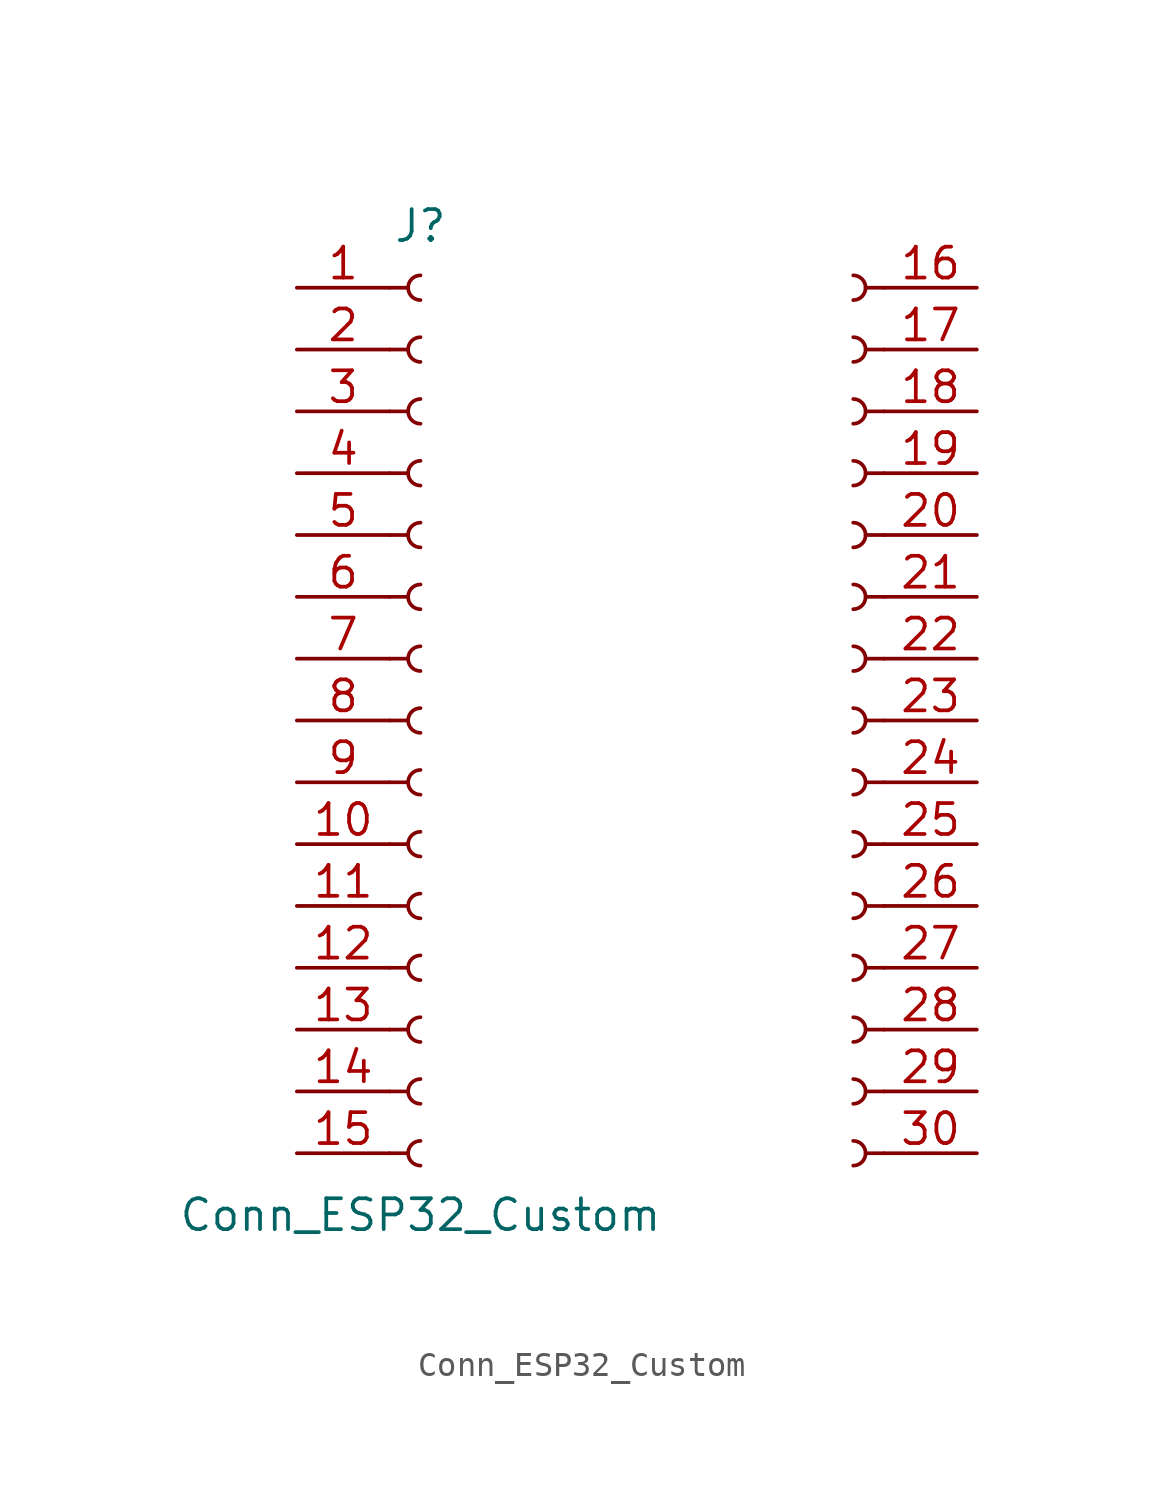
<source format=kicad_sym>
(kicad_symbol_lib
  (version 20241209)
  (generator "kicad_symbol_editor")
  (generator_version "9.0")
  (symbol "Conn_ESP32_Custom"
    (pin_names
      (offset 1.016)
      (hide yes))
    (property "Reference" "J"
      (at -16.51 13.97 0)
      (effects (font (size 1.27 1.27))))
    (property "Value" "Conn_ESP32_Custom"
      (at -16.51 -26.67 0)
      (effects (font (size 1.27 1.27))))
    (property "ki_locked" ""
      (at 0 0 0)
      (effects (font (size 1.27 1.27))))
    (symbol "Conn_ESP32_Custom_1_1"
      (polyline (pts (xy -17.78 11.43) (xy -17.018 11.43)) (stroke (width 0.152) (type default)) (fill (type none)))
      (polyline (pts (xy -17.78 8.89) (xy -17.018 8.89)) (stroke (width 0.152) (type default)) (fill (type none)))
      (polyline (pts (xy -17.78 6.35) (xy -17.018 6.35)) (stroke (width 0.152) (type default)) (fill (type none)))
      (polyline (pts (xy -17.78 3.81) (xy -17.018 3.81)) (stroke (width 0.152) (type default)) (fill (type none)))
      (polyline (pts (xy -17.78 1.27) (xy -17.018 1.27)) (stroke (width 0.152) (type default)) (fill (type none)))
      (polyline (pts (xy -17.78 -1.27) (xy -17.018 -1.27)) (stroke (width 0.152) (type default)) (fill (type none)))
      (polyline (pts (xy -17.78 -3.81) (xy -17.018 -3.81)) (stroke (width 0.152) (type default)) (fill (type none)))
      (polyline (pts (xy -17.78 -6.35) (xy -17.018 -6.35)) (stroke (width 0.152) (type default)) (fill (type none)))
      (polyline (pts (xy -17.78 -8.89) (xy -17.018 -8.89)) (stroke (width 0.152) (type default)) (fill (type none)))
      (polyline (pts (xy -17.78 -11.43) (xy -17.018 -11.43)) (stroke (width 0.152) (type default)) (fill (type none)))
      (polyline (pts (xy -17.78 -13.97) (xy -17.018 -13.97)) (stroke (width 0.152) (type default)) (fill (type none)))
      (polyline (pts (xy -17.78 -16.51) (xy -17.018 -16.51)) (stroke (width 0.152) (type default)) (fill (type none)))
      (polyline (pts (xy -17.78 -19.05) (xy -17.018 -19.05)) (stroke (width 0.152) (type default)) (fill (type none)))
      (polyline (pts (xy -17.78 -21.59) (xy -17.018 -21.59)) (stroke (width 0.152) (type default)) (fill (type none)))
      (polyline (pts (xy -17.78 -24.13) (xy -17.018 -24.13)) (stroke (width 0.152) (type default)) (fill (type none)))
      (arc (start -16.51 10.922) (mid -17.0158 11.43) (end -16.51 11.938) (stroke (width 0.1524) (type default)) (fill (type none)))
      (arc (start -16.51 8.382) (mid -17.0158 8.89) (end -16.51 9.398) (stroke (width 0.1524) (type default)) (fill (type none)))
      (arc (start -16.51 5.842) (mid -17.0158 6.35) (end -16.51 6.858) (stroke (width 0.1524) (type default)) (fill (type none)))
      (arc (start -16.51 3.302) (mid -17.0158 3.81) (end -16.51 4.318) (stroke (width 0.1524) (type default)) (fill (type none)))
      (arc (start -16.51 0.762) (mid -17.0158 1.27) (end -16.51 1.778) (stroke (width 0.1524) (type default)) (fill (type none)))
      (arc (start -16.51 -1.778) (mid -17.0158 -1.27) (end -16.51 -0.762) (stroke (width 0.1524) (type default)) (fill (type none)))
      (arc (start -16.51 -4.318) (mid -17.0158 -3.81) (end -16.51 -3.302) (stroke (width 0.1524) (type default)) (fill (type none)))
      (arc (start -16.51 -6.858) (mid -17.0158 -6.35) (end -16.51 -5.842) (stroke (width 0.1524) (type default)) (fill (type none)))
      (arc (start -16.51 -9.398) (mid -17.0158 -8.89) (end -16.51 -8.382) (stroke (width 0.1524) (type default)) (fill (type none)))
      (arc (start -16.51 -11.938) (mid -17.0158 -11.43) (end -16.51 -10.922) (stroke (width 0.1524) (type default)) (fill (type none)))
      (arc (start -16.51 -14.478) (mid -17.0158 -13.97) (end -16.51 -13.462) (stroke (width 0.1524) (type default)) (fill (type none)))
      (arc (start -16.51 -17.018) (mid -17.0158 -16.51) (end -16.51 -16.002) (stroke (width 0.1524) (type default)) (fill (type none)))
      (arc (start -16.51 -19.558) (mid -17.0158 -19.05) (end -16.51 -18.542) (stroke (width 0.1524) (type default)) (fill (type none)))
      (arc (start -16.51 -22.098) (mid -17.0158 -21.59) (end -16.51 -21.082) (stroke (width 0.1524) (type default)) (fill (type none)))
      (arc (start -16.51 -24.638) (mid -17.0158 -24.13) (end -16.51 -23.622) (stroke (width 0.1524) (type default)) (fill (type none)))
      (arc (start 1.27 11.938) (mid 1.7758 11.43) (end 1.27 10.922) (stroke (width 0.1524) (type default)) (fill (type none)))
      (arc (start 1.27 9.398) (mid 1.7758 8.89) (end 1.27 8.382) (stroke (width 0.1524) (type default)) (fill (type none)))
      (arc (start 1.27 6.858) (mid 1.7758 6.35) (end 1.27 5.842) (stroke (width 0.1524) (type default)) (fill (type none)))
      (arc (start 1.27 4.318) (mid 1.7758 3.81) (end 1.27 3.302) (stroke (width 0.1524) (type default)) (fill (type none)))
      (arc (start 1.27 1.778) (mid 1.7758 1.27) (end 1.27 0.762) (stroke (width 0.1524) (type default)) (fill (type none)))
      (arc (start 1.27 -0.762) (mid 1.7758 -1.27) (end 1.27 -1.778) (stroke (width 0.1524) (type default)) (fill (type none)))
      (arc (start 1.27 -3.302) (mid 1.7758 -3.81) (end 1.27 -4.318) (stroke (width 0.1524) (type default)) (fill (type none)))
      (arc (start 1.27 -5.842) (mid 1.7758 -6.35) (end 1.27 -6.858) (stroke (width 0.1524) (type default)) (fill (type none)))
      (arc (start 1.27 -8.382) (mid 1.7758 -8.89) (end 1.27 -9.398) (stroke (width 0.1524) (type default)) (fill (type none)))
      (arc (start 1.27 -10.922) (mid 1.7758 -11.43) (end 1.27 -11.938) (stroke (width 0.1524) (type default)) (fill (type none)))
      (arc (start 1.27 -13.462) (mid 1.7758 -13.97) (end 1.27 -14.478) (stroke (width 0.1524) (type default)) (fill (type none)))
      (arc (start 1.27 -16.002) (mid 1.7758 -16.51) (end 1.27 -17.018) (stroke (width 0.1524) (type default)) (fill (type none)))
      (arc (start 1.27 -18.542) (mid 1.7758 -19.05) (end 1.27 -19.558) (stroke (width 0.1524) (type default)) (fill (type none)))
      (arc (start 1.27 -21.082) (mid 1.7758 -21.59) (end 1.27 -22.098) (stroke (width 0.1524) (type default)) (fill (type none)))
      (arc (start 1.27 -23.622) (mid 1.7758 -24.13) (end 1.27 -24.638) (stroke (width 0.1524) (type default)) (fill (type none)))
      (polyline (pts (xy 2.54 11.43) (xy 1.778 11.43)) (stroke (width 0.152) (type default)) (fill (type none)))
      (polyline (pts (xy 2.54 8.89) (xy 1.778 8.89)) (stroke (width 0.152) (type default)) (fill (type none)))
      (polyline (pts (xy 2.54 6.35) (xy 1.778 6.35)) (stroke (width 0.152) (type default)) (fill (type none)))
      (polyline (pts (xy 2.54 3.81) (xy 1.778 3.81)) (stroke (width 0.152) (type default)) (fill (type none)))
      (polyline (pts (xy 2.54 1.27) (xy 1.778 1.27)) (stroke (width 0.152) (type default)) (fill (type none)))
      (polyline (pts (xy 2.54 -1.27) (xy 1.778 -1.27)) (stroke (width 0.152) (type default)) (fill (type none)))
      (polyline (pts (xy 2.54 -3.81) (xy 1.778 -3.81)) (stroke (width 0.152) (type default)) (fill (type none)))
      (polyline (pts (xy 2.54 -6.35) (xy 1.778 -6.35)) (stroke (width 0.152) (type default)) (fill (type none)))
      (polyline (pts (xy 2.54 -8.89) (xy 1.778 -8.89)) (stroke (width 0.152) (type default)) (fill (type none)))
      (polyline (pts (xy 2.54 -11.43) (xy 1.778 -11.43)) (stroke (width 0.152) (type default)) (fill (type none)))
      (polyline (pts (xy 2.54 -13.97) (xy 1.778 -13.97)) (stroke (width 0.152) (type default)) (fill (type none)))
      (polyline (pts (xy 2.54 -16.51) (xy 1.778 -16.51)) (stroke (width 0.152) (type default)) (fill (type none)))
      (polyline (pts (xy 2.54 -19.05) (xy 1.778 -19.05)) (stroke (width 0.152) (type default)) (fill (type none)))
      (polyline (pts (xy 2.54 -21.59) (xy 1.778 -21.59)) (stroke (width 0.152) (type default)) (fill (type none)))
      (polyline (pts (xy 2.54 -24.13) (xy 1.778 -24.13)) (stroke (width 0.152) (type default)) (fill (type none)))
      (pin passive line (at -21.59 11.43 0) (length 3.81) (name "EN" (effects (font (size 1.27 1.27)))) (number "1" (effects (font (size 1.27 1.27)))))
      (pin passive line (at -21.59 8.89 0) (length 3.81) (name "GPIO36" (effects (font (size 1.27 1.27)))) (number "2" (effects (font (size 1.27 1.27)))))
      (pin passive line (at -21.59 6.35 0) (length 3.81) (name "GPIO39" (effects (font (size 1.27 1.27)))) (number "3" (effects (font (size 1.27 1.27)))))
      (pin passive line (at -21.59 3.81 0) (length 3.81) (name "GPIO34" (effects (font (size 1.27 1.27)))) (number "4" (effects (font (size 1.27 1.27)))))
      (pin passive line (at -21.59 1.27 0) (length 3.81) (name "GPIO35" (effects (font (size 1.27 1.27)))) (number "5" (effects (font (size 1.27 1.27)))))
      (pin passive line (at -21.59 -1.27 0) (length 3.81) (name "GPIO32" (effects (font (size 1.27 1.27)))) (number "6" (effects (font (size 1.27 1.27)))))
      (pin passive line (at -21.59 -3.81 0) (length 3.81) (name "GPIO33" (effects (font (size 1.27 1.27)))) (number "7" (effects (font (size 1.27 1.27)))))
      (pin passive line (at -21.59 -6.35 0) (length 3.81) (name "GPIO25" (effects (font (size 1.27 1.27)))) (number "8" (effects (font (size 1.27 1.27)))))
      (pin passive line (at -21.59 -8.89 0) (length 3.81) (name "GPIO26" (effects (font (size 1.27 1.27)))) (number "9" (effects (font (size 1.27 1.27)))))
      (pin passive line (at -21.59 -11.43 0) (length 3.81) (name "GPIO27" (effects (font (size 1.27 1.27)))) (number "10" (effects (font (size 1.27 1.27)))))
      (pin passive line (at -21.59 -13.97 0) (length 3.81) (name "GPIO14" (effects (font (size 1.27 1.27)))) (number "11" (effects (font (size 1.27 1.27)))))
      (pin passive line (at -21.59 -16.51 0) (length 3.81) (name "GPIO12" (effects (font (size 1.27 1.27)))) (number "12" (effects (font (size 1.27 1.27)))))
      (pin passive line (at -21.59 -19.05 0) (length 3.81) (name "GPIO13" (effects (font (size 1.27 1.27)))) (number "13" (effects (font (size 1.27 1.27)))))
      (pin passive line (at -21.59 -21.59 0) (length 3.81) (name "GND" (effects (font (size 1.27 1.27)))) (number "14" (effects (font (size 1.27 1.27)))))
      (pin passive line (at -21.59 -24.13 0) (length 3.81) (name "VIN" (effects (font (size 1.27 1.27)))) (number "15" (effects (font (size 1.27 1.27)))))
      (pin passive line (at 6.35 11.43 180) (length 3.81) (name "GPIO23" (effects (font (size 1.27 1.27)))) (number "16" (effects (font (size 1.27 1.27)))))
      (pin passive line (at 6.35 8.89 180) (length 3.81) (name "GPIO22" (effects (font (size 1.27 1.27)))) (number "17" (effects (font (size 1.27 1.27)))))
      (pin passive line (at 6.35 6.35 180) (length 3.81) (name "GPIO1" (effects (font (size 1.27 1.27)))) (number "18" (effects (font (size 1.27 1.27)))))
      (pin passive line (at 6.35 3.81 180) (length 3.81) (name "GPIO3" (effects (font (size 1.27 1.27)))) (number "19" (effects (font (size 1.27 1.27)))))
      (pin passive line (at 6.35 1.27 180) (length 3.81) (name "GPIO21" (effects (font (size 1.27 1.27)))) (number "20" (effects (font (size 1.27 1.27)))))
      (pin passive line (at 6.35 -1.27 180) (length 3.81) (name "GPIO19" (effects (font (size 1.27 1.27)))) (number "21" (effects (font (size 1.27 1.27)))))
      (pin passive line (at 6.35 -3.81 180) (length 3.81) (name "GPIO18" (effects (font (size 1.27 1.27)))) (number "22" (effects (font (size 1.27 1.27)))))
      (pin passive line (at 6.35 -6.35 180) (length 3.81) (name "GPIO5" (effects (font (size 1.27 1.27)))) (number "23" (effects (font (size 1.27 1.27)))))
      (pin passive line (at 6.35 -8.89 180) (length 3.81) (name "GPIO17" (effects (font (size 1.27 1.27)))) (number "24" (effects (font (size 1.27 1.27)))))
      (pin passive line (at 6.35 -11.43 180) (length 3.81) (name "GPIO16" (effects (font (size 1.27 1.27)))) (number "25" (effects (font (size 1.27 1.27)))))
      (pin passive line (at 6.35 -13.97 180) (length 3.81) (name "GPIO4" (effects (font (size 1.27 1.27)))) (number "26" (effects (font (size 1.27 1.27)))))
      (pin passive line (at 6.35 -16.51 180) (length 3.81) (name "GPIO2" (effects (font (size 1.27 1.27)))) (number "27" (effects (font (size 1.27 1.27)))))
      (pin passive line (at 6.35 -19.05 180) (length 3.81) (name "GPIO15" (effects (font (size 1.27 1.27)))) (number "28" (effects (font (size 1.27 1.27)))))
      (pin passive line (at 6.35 -21.59 180) (length 3.81) (name "GND" (effects (font (size 1.27 1.27)))) (number "29" (effects (font (size 1.27 1.27)))))
      (pin passive line (at 6.35 -24.13 180) (length 3.81) (name "3.3V" (effects (font (size 1.27 1.27)))) (number "30" (effects (font (size 1.27 1.27))))))))
</source>
